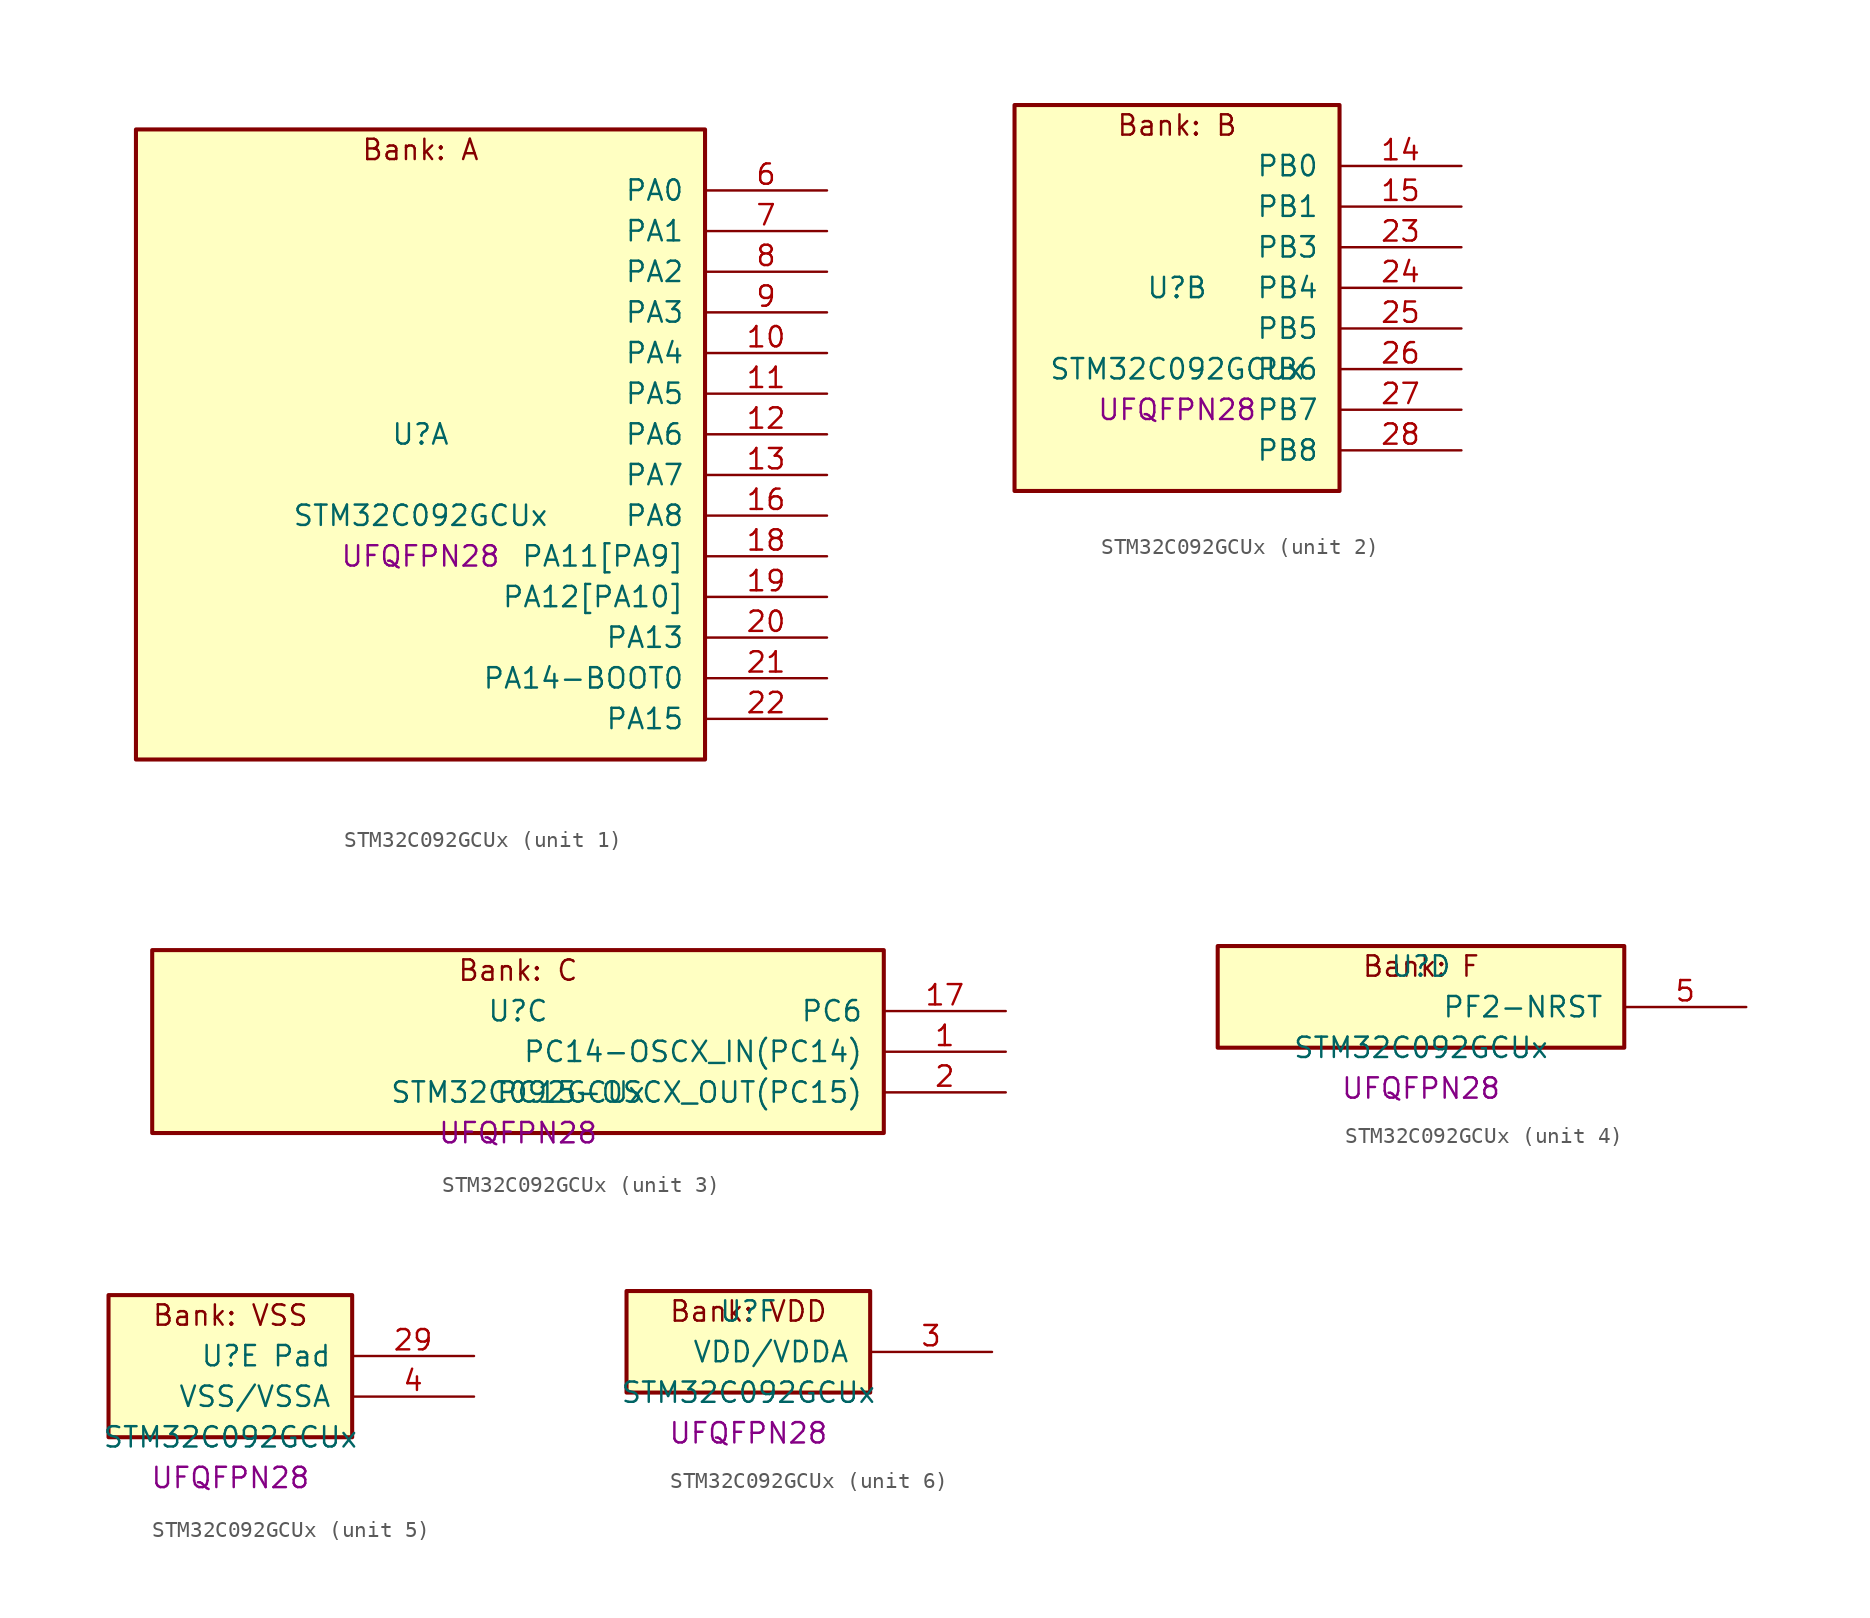
<source format=kicad_sym>
(kicad_symbol_lib
  (version 20241209)
  (generator "stm32_pkl_generator")
  (generator_version "1.0")
  (symbol "STM32C092GCUx"
    (pin_names
      (offset 1.27))
    (property "Reference" "U"
      (at 0 2.54 0))
    (property "Value" "STM32C092GCUx"
      (at 0 -2.54 0))
    (property "Footprint" "UFQFPN28"
      (at 0 -5.08 0))
    (symbol "STM32C092GCUx_1_1"
      (rectangle (start -17.78 21.59) (end 17.78 -17.78) (stroke (width 0.254) (type solid)) (fill (type background)))
      (text "Bank: A" (at 0 20.32 0))
      (pin bidirectional line (at 25.4 17.78 180) (length 7.62) (name "PA0") (number "6") (alternate "PA0/ADC1_IN0" bidirectional line) (alternate "PA0/PWR_WKUP1" bidirectional line) (alternate "PA0/SPI2_SCK" bidirectional line) (alternate "PA0/TIM16_CH1" bidirectional line) (alternate "PA0/TIM1_CH1" bidirectional line) (alternate "PA0/TIM2_CH1" bidirectional line) (alternate "PA0/TIM2_ETR" bidirectional line) (alternate "PA0/USART1_TX" bidirectional line) (alternate "PA0/USART2_CTS" bidirectional line) (alternate "PA0/USART2_NSS" bidirectional line) (alternate "PA0/USART4_TX" bidirectional line))
      (pin bidirectional line (at 25.4 15.24 180) (length 7.62) (name "PA1") (number "7") (alternate "PA1/ADC1_IN1" bidirectional line) (alternate "PA1/I2C1_SMBA" bidirectional line) (alternate "PA1/I2S1_CK" bidirectional line) (alternate "PA1/SPI1_SCK" bidirectional line) (alternate "PA1/TIM15_CH1N" bidirectional line) (alternate "PA1/TIM17_CH1" bidirectional line) (alternate "PA1/TIM1_CH2" bidirectional line) (alternate "PA1/TIM2_CH2" bidirectional line) (alternate "PA1/USART1_RX" bidirectional line) (alternate "PA1/USART2_CK" bidirectional line) (alternate "PA1/USART2_DE" bidirectional line) (alternate "PA1/USART2_RTS" bidirectional line) (alternate "PA1/USART4_RX" bidirectional line))
      (pin bidirectional line (at 25.4 12.7 180) (length 7.62) (name "PA2") (number "8") (alternate "PA2/ADC1_IN2" bidirectional line) (alternate "PA2/I2S1_SD" bidirectional line) (alternate "PA2/PWR_WKUP4" bidirectional line) (alternate "PA2/RCC_LSCO" bidirectional line) (alternate "PA2/SPI1_MOSI" bidirectional line) (alternate "PA2/TIM15_CH1" bidirectional line) (alternate "PA2/TIM16_CH1N" bidirectional line) (alternate "PA2/TIM1_CH3" bidirectional line) (alternate "PA2/TIM2_CH3" bidirectional line) (alternate "PA2/TIM3_ETR" bidirectional line) (alternate "PA2/USART2_TX" bidirectional line))
      (pin bidirectional line (at 25.4 10.16 180) (length 7.62) (name "PA3") (number "9") (alternate "PA3/ADC1_IN3" bidirectional line) (alternate "PA3/SPI2_MISO" bidirectional line) (alternate "PA3/TIM15_CH2" bidirectional line) (alternate "PA3/TIM1_CH1N" bidirectional line) (alternate "PA3/TIM1_CH4" bidirectional line) (alternate "PA3/TIM2_CH4" bidirectional line) (alternate "PA3/USART2_RX" bidirectional line))
      (pin bidirectional line (at 25.4 7.62 180) (length 7.62) (name "PA4") (number "10") (alternate "PA4/ADC1_IN4" bidirectional line) (alternate "PA4/I2S1_WS" bidirectional line) (alternate "PA4/PWR_WKUP2" bidirectional line) (alternate "PA4/RTC_OUT1" bidirectional line) (alternate "PA4/RTC_TS" bidirectional line) (alternate "PA4/SPI1_NSS" bidirectional line) (alternate "PA4/SPI2_MOSI" bidirectional line) (alternate "PA4/TIM14_CH1" bidirectional line) (alternate "PA4/TIM17_CH1N" bidirectional line) (alternate "PA4/TIM1_CH2N" bidirectional line) (alternate "PA4/USART2_TX" bidirectional line))
      (pin bidirectional line (at 25.4 5.08 180) (length 7.62) (name "PA5") (number "11") (alternate "PA5/ADC1_IN5" bidirectional line) (alternate "PA5/I2S1_CK" bidirectional line) (alternate "PA5/SPI1_SCK" bidirectional line) (alternate "PA5/TIM1_CH1" bidirectional line) (alternate "PA5/TIM1_CH3N" bidirectional line) (alternate "PA5/TIM2_CH1" bidirectional line) (alternate "PA5/TIM2_ETR" bidirectional line) (alternate "PA5/USART2_RX" bidirectional line) (alternate "PA5/USART3_TX" bidirectional line))
      (pin bidirectional line (at 25.4 2.54 180) (length 7.62) (name "PA6") (number "12") (alternate "PA6/ADC1_IN6" bidirectional line) (alternate "PA6/I2C2_SDA" bidirectional line) (alternate "PA6/I2S1_MCK" bidirectional line) (alternate "PA6/SPI1_MISO" bidirectional line) (alternate "PA6/TIM16_CH1" bidirectional line) (alternate "PA6/TIM1_BKIN" bidirectional line) (alternate "PA6/TIM3_CH1" bidirectional line) (alternate "PA6/USART3_CTS" bidirectional line) (alternate "PA6/USART3_NSS" bidirectional line))
      (pin bidirectional line (at 25.4 0 180) (length 7.62) (name "PA7") (number "13") (alternate "PA7/ADC1_IN7" bidirectional line) (alternate "PA7/I2C2_SCL" bidirectional line) (alternate "PA7/I2S1_SD" bidirectional line) (alternate "PA7/SPI1_MOSI" bidirectional line) (alternate "PA7/TIM14_CH1" bidirectional line) (alternate "PA7/TIM17_CH1" bidirectional line) (alternate "PA7/TIM1_CH1N" bidirectional line) (alternate "PA7/TIM3_CH2" bidirectional line))
      (pin bidirectional line (at 25.4 -2.54 180) (length 7.62) (name "PA8") (number "16") (alternate "PA8/ADC1_IN8" bidirectional line) (alternate "PA8/I2S1_WS" bidirectional line) (alternate "PA8/RCC_MCO" bidirectional line) (alternate "PA8/RCC_MCO_2" bidirectional line) (alternate "PA8/SPI1_NSS" bidirectional line) (alternate "PA8/SPI2_MISO" bidirectional line) (alternate "PA8/SPI2_NSS" bidirectional line) (alternate "PA8/TIM14_CH1" bidirectional line) (alternate "PA8/TIM1_CH1" bidirectional line) (alternate "PA8/TIM1_CH2N" bidirectional line) (alternate "PA8/TIM1_CH3N" bidirectional line) (alternate "PA8/TIM3_CH3" bidirectional line) (alternate "PA8/TIM3_CH4" bidirectional line) (alternate "PA8/USART1_RX" bidirectional line) (alternate "PA8/USART2_TX" bidirectional line))
      (pin bidirectional line (at 25.4 -5.08 180) (length 7.62) (name "PA11[PA9]") (number "18") (alternate "PA11[PA9]/ADC1_EXTI11" bidirectional line) (alternate "PA11[PA9]/FDCAN1_RX" bidirectional line) (alternate "PA11[PA9]/I2C2_SCL" bidirectional line) (alternate "PA11[PA9]/I2S1_MCK" bidirectional line) (alternate "PA11[PA9]/SPI1_MISO" bidirectional line) (alternate "PA11[PA9]/TIM1_BKIN2" bidirectional line) (alternate "PA11[PA9]/TIM1_CH4" bidirectional line) (alternate "PA11[PA9]/USART1_CTS" bidirectional line) (alternate "PA11[PA9]/USART1_NSS" bidirectional line) (alternate "PA11[PA9]/PA9[PA11]" bidirectional line) (alternate "PA11[PA9]/I2C1_SCL" bidirectional line) (alternate "PA11[PA9]/RCC_MCO" bidirectional line) (alternate "PA11[PA9]/SPI2_MISO" bidirectional line) (alternate "PA11[PA9]/TIM15_BKIN" bidirectional line) (alternate "PA11[PA9]/TIM1_CH2" bidirectional line) (alternate "PA11[PA9]/TIM3_ETR" bidirectional line) (alternate "PA11[PA9]/USART1_TX" bidirectional line))
      (pin bidirectional line (at 25.4 -7.62 180) (length 7.62) (name "PA12[PA10]") (number "19") (alternate "PA12[PA10]/FDCAN1_TX" bidirectional line) (alternate "PA12[PA10]/I2C2_SDA" bidirectional line) (alternate "PA12[PA10]/I2S1_SD" bidirectional line) (alternate "PA12[PA10]/I2S_CKIN" bidirectional line) (alternate "PA12[PA10]/SPI1_MOSI" bidirectional line) (alternate "PA12[PA10]/TIM1_ETR" bidirectional line) (alternate "PA12[PA10]/USART1_CK" bidirectional line) (alternate "PA12[PA10]/USART1_DE" bidirectional line) (alternate "PA12[PA10]/USART1_RTS" bidirectional line) (alternate "PA12[PA10]/PA10[PA12]" bidirectional line) (alternate "PA12[PA10]/I2C1_SDA" bidirectional line) (alternate "PA12[PA10]/RCC_MCO_2" bidirectional line) (alternate "PA12[PA10]/SPI2_MOSI" bidirectional line) (alternate "PA12[PA10]/TIM17_BKIN" bidirectional line) (alternate "PA12[PA10]/TIM1_CH3" bidirectional line) (alternate "PA12[PA10]/USART1_RX" bidirectional line))
      (pin bidirectional line (at 25.4 -10.16 180) (length 7.62) (name "PA13") (number "20") (alternate "PA13/ADC1_IN13" bidirectional line) (alternate "PA13/DEBUG_SWDIO" bidirectional line) (alternate "PA13/IR_OUT" bidirectional line) (alternate "PA13/TIM3_ETR" bidirectional line) (alternate "PA13/USART2_RX" bidirectional line))
      (pin bidirectional line (at 25.4 -12.7 180) (length 7.62) (name "PA14-BOOT0") (number "21") (alternate "PA14-BOOT0/ADC1_IN14" bidirectional line) (alternate "PA14-BOOT0/BOOT0" bidirectional line) (alternate "PA14-BOOT0/DEBUG_SWCLK" bidirectional line) (alternate "PA14-BOOT0/I2S1_WS" bidirectional line) (alternate "PA14-BOOT0/RCC_MCO_2" bidirectional line) (alternate "PA14-BOOT0/SPI1_NSS" bidirectional line) (alternate "PA14-BOOT0/TIM1_CH1" bidirectional line) (alternate "PA14-BOOT0/USART1_CK" bidirectional line) (alternate "PA14-BOOT0/USART1_DE" bidirectional line) (alternate "PA14-BOOT0/USART1_RTS" bidirectional line) (alternate "PA14-BOOT0/USART2_RX" bidirectional line) (alternate "PA14-BOOT0/USART2_TX" bidirectional line))
      (pin bidirectional line (at 25.4 -15.24 180) (length 7.62) (name "PA15") (number "22") (alternate "PA15/I2S1_WS" bidirectional line) (alternate "PA15/RCC_MCO_2" bidirectional line) (alternate "PA15/SPI1_NSS" bidirectional line) (alternate "PA15/TIM1_CH1" bidirectional line) (alternate "PA15/TIM2_CH1" bidirectional line) (alternate "PA15/TIM2_ETR" bidirectional line) (alternate "PA15/USART1_CK" bidirectional line) (alternate "PA15/USART1_DE" bidirectional line) (alternate "PA15/USART1_RTS" bidirectional line) (alternate "PA15/USART2_RX" bidirectional line) (alternate "PA15/USART3_CK" bidirectional line) (alternate "PA15/USART3_DE" bidirectional line) (alternate "PA15/USART3_RTS" bidirectional line) (alternate "PA15/USART4_CK" bidirectional line) (alternate "PA15/USART4_DE" bidirectional line) (alternate "PA15/USART4_RTS" bidirectional line)))
    (symbol "STM32C092GCUx_2_1"
      (rectangle (start -10.16 13.97) (end 10.16 -10.16) (stroke (width 0.254) (type solid)) (fill (type background)))
      (text "Bank: B" (at 0 12.7 0))
      (pin bidirectional line (at 17.78 10.16 180) (length 7.62) (name "PB0") (number "14") (alternate "PB0/ADC1_IN17" bidirectional line) (alternate "PB0/FDCAN1_RX" bidirectional line) (alternate "PB0/I2S1_WS" bidirectional line) (alternate "PB0/SPI1_NSS" bidirectional line) (alternate "PB0/TIM1_CH2N" bidirectional line) (alternate "PB0/TIM3_CH3" bidirectional line) (alternate "PB0/USART3_RX" bidirectional line))
      (pin bidirectional line (at 17.78 7.62 180) (length 7.62) (name "PB1") (number "15") (alternate "PB1/ADC1_IN18" bidirectional line) (alternate "PB1/FDCAN1_TX" bidirectional line) (alternate "PB1/TIM14_CH1" bidirectional line) (alternate "PB1/TIM1_CH2N" bidirectional line) (alternate "PB1/TIM1_CH3N" bidirectional line) (alternate "PB1/TIM3_CH4" bidirectional line) (alternate "PB1/USART3_CK" bidirectional line) (alternate "PB1/USART3_DE" bidirectional line) (alternate "PB1/USART3_RTS" bidirectional line))
      (pin bidirectional line (at 17.78 5.08 180) (length 7.62) (name "PB3") (number "23") (alternate "PB3/I2C2_SCL" bidirectional line) (alternate "PB3/I2S1_CK" bidirectional line) (alternate "PB3/SPI1_SCK" bidirectional line) (alternate "PB3/TIM1_CH2" bidirectional line) (alternate "PB3/TIM2_CH2" bidirectional line) (alternate "PB3/TIM3_CH2" bidirectional line) (alternate "PB3/USART1_CK" bidirectional line) (alternate "PB3/USART1_DE" bidirectional line) (alternate "PB3/USART1_RTS" bidirectional line))
      (pin bidirectional line (at 17.78 2.54 180) (length 7.62) (name "PB4") (number "24") (alternate "PB4/I2C2_SDA" bidirectional line) (alternate "PB4/I2S1_MCK" bidirectional line) (alternate "PB4/SPI1_MISO" bidirectional line) (alternate "PB4/TIM17_BKIN" bidirectional line) (alternate "PB4/TIM3_CH1" bidirectional line) (alternate "PB4/USART1_CTS" bidirectional line) (alternate "PB4/USART1_NSS" bidirectional line))
      (pin bidirectional line (at 17.78 0 180) (length 7.62) (name "PB5") (number "25") (alternate "PB5/FDCAN1_RX" bidirectional line) (alternate "PB5/I2C1_SMBA" bidirectional line) (alternate "PB5/I2S1_SD" bidirectional line) (alternate "PB5/PWR_WKUP6" bidirectional line) (alternate "PB5/SPI1_MOSI" bidirectional line) (alternate "PB5/TIM16_BKIN" bidirectional line) (alternate "PB5/TIM3_CH2" bidirectional line) (alternate "PB5/TIM3_CH3" bidirectional line))
      (pin bidirectional line (at 17.78 -2.54 180) (length 7.62) (name "PB6") (number "26") (alternate "PB6/FDCAN1_TX" bidirectional line) (alternate "PB6/I2C1_SCL" bidirectional line) (alternate "PB6/I2C1_SMBA" bidirectional line) (alternate "PB6/I2S1_CK" bidirectional line) (alternate "PB6/I2S1_MCK" bidirectional line) (alternate "PB6/I2S1_SD" bidirectional line) (alternate "PB6/PWR_WKUP3" bidirectional line) (alternate "PB6/SPI1_MISO" bidirectional line) (alternate "PB6/SPI1_MOSI" bidirectional line) (alternate "PB6/SPI1_SCK" bidirectional line) (alternate "PB6/SPI2_MISO" bidirectional line) (alternate "PB6/TIM16_BKIN" bidirectional line) (alternate "PB6/TIM16_CH1N" bidirectional line) (alternate "PB6/TIM1_CH2" bidirectional line) (alternate "PB6/TIM1_CH3" bidirectional line) (alternate "PB6/TIM3_CH1" bidirectional line) (alternate "PB6/TIM3_CH2" bidirectional line) (alternate "PB6/TIM3_CH3" bidirectional line) (alternate "PB6/USART1_CTS" bidirectional line) (alternate "PB6/USART1_NSS" bidirectional line) (alternate "PB6/USART1_TX" bidirectional line))
      (pin bidirectional line (at 17.78 -5.08 180) (length 7.62) (name "PB7") (number "27") (alternate "PB7/I2C1_SCL" bidirectional line) (alternate "PB7/I2C1_SDA" bidirectional line) (alternate "PB7/RTC_REFIN" bidirectional line) (alternate "PB7/SPI2_MOSI" bidirectional line) (alternate "PB7/TIM16_CH1" bidirectional line) (alternate "PB7/TIM17_CH1N" bidirectional line) (alternate "PB7/TIM1_CH4" bidirectional line) (alternate "PB7/TIM3_CH1" bidirectional line) (alternate "PB7/TIM3_CH4" bidirectional line) (alternate "PB7/USART1_RX" bidirectional line) (alternate "PB7/USART2_CTS" bidirectional line) (alternate "PB7/USART2_NSS" bidirectional line) (alternate "PB7/USART4_CTS" bidirectional line) (alternate "PB7/USART4_NSS" bidirectional line))
      (pin bidirectional line (at 17.78 -7.62 180) (length 7.62) (name "PB8") (number "28") (alternate "PB8/FDCAN1_RX" bidirectional line) (alternate "PB8/I2C1_SCL" bidirectional line) (alternate "PB8/SPI2_SCK" bidirectional line) (alternate "PB8/TIM15_BKIN" bidirectional line) (alternate "PB8/TIM16_CH1" bidirectional line) (alternate "PB8/TIM3_CH1" bidirectional line) (alternate "PB8/USART2_CTS" bidirectional line) (alternate "PB8/USART2_NSS" bidirectional line) (alternate "PB8/USART3_TX" bidirectional line)))
    (symbol "STM32C092GCUx_3_1"
      (rectangle (start -22.86 6.35) (end 22.86 -5.08) (stroke (width 0.254) (type solid)) (fill (type background)))
      (text "Bank: C" (at 0 5.08 0))
      (pin bidirectional line (at 30.48 2.54 180) (length 7.62) (name "PC6") (number "17") (alternate "PC6/TIM2_CH3" bidirectional line) (alternate "PC6/TIM3_CH1" bidirectional line))
      (pin bidirectional line (at 30.48 0 180) (length 7.62) (name "PC14-OSCX_IN(PC14)") (number "1") (alternate "PC14-OSCX_IN(PC14)/FDCAN1_TX" bidirectional line) (alternate "PC14-OSCX_IN(PC14)/I2C1_SDA" bidirectional line) (alternate "PC14-OSCX_IN(PC14)/IR_OUT" bidirectional line) (alternate "PC14-OSCX_IN(PC14)/RCC_OSCX_IN" bidirectional line) (alternate "PC14-OSCX_IN(PC14)/SPI2_NSS" bidirectional line) (alternate "PC14-OSCX_IN(PC14)/TIM17_CH1" bidirectional line) (alternate "PC14-OSCX_IN(PC14)/TIM1_BKIN2" bidirectional line) (alternate "PC14-OSCX_IN(PC14)/TIM1_ETR" bidirectional line) (alternate "PC14-OSCX_IN(PC14)/TIM3_CH2" bidirectional line) (alternate "PC14-OSCX_IN(PC14)/USART1_TX" bidirectional line) (alternate "PC14-OSCX_IN(PC14)/USART2_CK" bidirectional line) (alternate "PC14-OSCX_IN(PC14)/USART2_DE" bidirectional line) (alternate "PC14-OSCX_IN(PC14)/USART2_RTS" bidirectional line) (alternate "PC14-OSCX_IN(PC14)/USART3_TX" bidirectional line))
      (pin bidirectional line (at 30.48 -2.54 180) (length 7.62) (name "PC15-OSCX_OUT(PC15)") (number "2") (alternate "PC15-OSCX_OUT(PC15)/RCC_OSC32_EN" bidirectional line) (alternate "PC15-OSCX_OUT(PC15)/RCC_OSCX_OUT" bidirectional line) (alternate "PC15-OSCX_OUT(PC15)/RCC_OSC_EN" bidirectional line) (alternate "PC15-OSCX_OUT(PC15)/TIM15_BKIN" bidirectional line) (alternate "PC15-OSCX_OUT(PC15)/TIM1_ETR" bidirectional line) (alternate "PC15-OSCX_OUT(PC15)/TIM3_CH3" bidirectional line)))
    (symbol "STM32C092GCUx_4_1"
      (rectangle (start -12.7 3.81) (end 12.7 -2.54) (stroke (width 0.254) (type solid)) (fill (type background)))
      (text "Bank: F" (at 0 2.54 0))
      (pin bidirectional line (at 20.32 0 180) (length 7.62) (name "PF2-NRST") (number "5") (alternate "PF2-NRST/RCC_MCO" bidirectional line) (alternate "PF2-NRST/TIM1_CH4" bidirectional line)))
    (symbol "STM32C092GCUx_5_1"
      (rectangle (start -7.62 6.35) (end 7.62 -2.54) (stroke (width 0.254) (type solid)) (fill (type background)))
      (text "Bank: VSS" (at 0 5.08 0))
      (pin passive line (at 15.24 2.54 180) (length 7.62) (name "Pad") (number "29"))
      (pin power_in line (at 15.24 0 180) (length 7.62) (name "VSS/VSSA") (number "4")))
    (symbol "STM32C092GCUx_6_1"
      (rectangle (start -7.62 3.81) (end 7.62 -2.54) (stroke (width 0.254) (type solid)) (fill (type background)))
      (text "Bank: VDD" (at 0 2.54 0))
      (pin power_in line (at 15.24 0 180) (length 7.62) (name "VDD/VDDA") (number "3")))))
</source>
